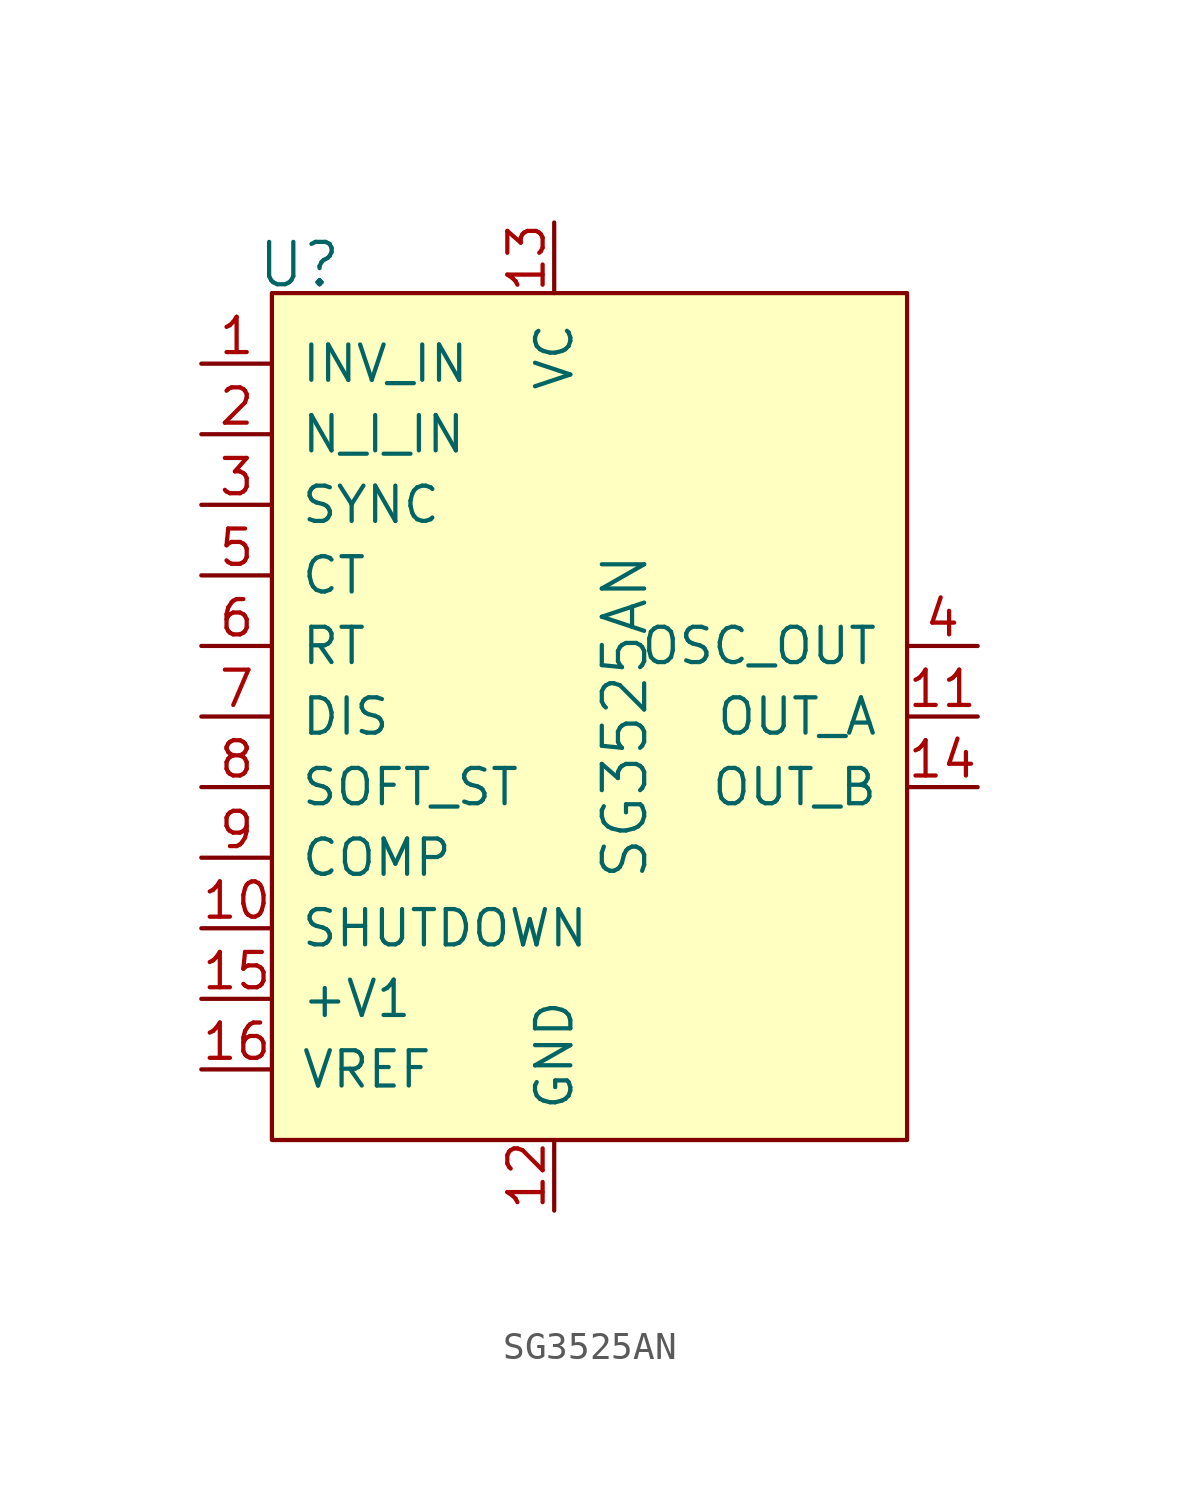
<source format=kicad_sym>
(kicad_symbol_lib
  (version 20201005)
  (generator kicad_symbol_editor)
  (symbol "SG3525AN"
    (pin_names
      (offset 1.016))
    (property "Reference" "U"
      (at -7.62 6.096 0)
      (effects (font (size 1.524 1.524)) (justify right)))
    (property "Value" "SG3525AN"
      (at 2.54 -10.16 90)
      (effects (font (size 1.524 1.524))))
    (symbol "SG3525AN_0_1"
      (rectangle (start -10.16 5.08) (end 12.7 -25.4) (stroke (width 0)) (fill (type background))))
    (symbol "SG3525AN_1_1"
      (pin input line (at -12.7 2.54 0) (length 2.54) (name "INV_IN" (effects (font (size 1.27 1.27)))) (number "1" (effects (font (size 1.27 1.27)))))
      (pin input line (at -12.7 0 0) (length 2.54) (name "N_I_IN" (effects (font (size 1.27 1.27)))) (number "2" (effects (font (size 1.27 1.27)))))
      (pin input line (at -12.7 -2.54 0) (length 2.54) (name "SYNC" (effects (font (size 1.27 1.27)))) (number "3" (effects (font (size 1.27 1.27)))))
      (pin output line (at 15.24 -7.62 180) (length 2.54) (name "OSC_OUT" (effects (font (size 1.27 1.27)))) (number "4" (effects (font (size 1.27 1.27)))))
      (pin input line (at -12.7 -5.08 0) (length 2.54) (name "CT" (effects (font (size 1.27 1.27)))) (number "5" (effects (font (size 1.27 1.27)))))
      (pin input line (at -12.7 -7.62 0) (length 2.54) (name "RT" (effects (font (size 1.27 1.27)))) (number "6" (effects (font (size 1.27 1.27)))))
      (pin input line (at -12.7 -10.16 0) (length 2.54) (name "DIS" (effects (font (size 1.27 1.27)))) (number "7" (effects (font (size 1.27 1.27)))))
      (pin input line (at -12.7 -12.7 0) (length 2.54) (name "SOFT_ST" (effects (font (size 1.27 1.27)))) (number "8" (effects (font (size 1.27 1.27)))))
      (pin input line (at -12.7 -15.24 0) (length 2.54) (name "COMP" (effects (font (size 1.27 1.27)))) (number "9" (effects (font (size 1.27 1.27)))))
      (pin input line (at -12.7 -17.78 0) (length 2.54) (name "SHUTDOWN" (effects (font (size 1.27 1.27)))) (number "10" (effects (font (size 1.27 1.27)))))
      (pin output line (at 15.24 -10.16 180) (length 2.54) (name "OUT_A" (effects (font (size 1.27 1.27)))) (number "11" (effects (font (size 1.27 1.27)))))
      (pin power_in line (at 0 -27.94 90) (length 2.54) (name "GND" (effects (font (size 1.27 1.27)))) (number "12" (effects (font (size 1.27 1.27)))))
      (pin power_in line (at 0 7.62 270) (length 2.54) (name "VC" (effects (font (size 1.27 1.27)))) (number "13" (effects (font (size 1.27 1.27)))))
      (pin output line (at 15.24 -12.7 180) (length 2.54) (name "OUT_B" (effects (font (size 1.27 1.27)))) (number "14" (effects (font (size 1.27 1.27)))))
      (pin input line (at -12.7 -20.32 0) (length 2.54) (name "+V1" (effects (font (size 1.27 1.27)))) (number "15" (effects (font (size 1.27 1.27)))))
      (pin input line (at -12.7 -22.86 0) (length 2.54) (name "VREF" (effects (font (size 1.27 1.27)))) (number "16" (effects (font (size 1.27 1.27))))))))
</source>
